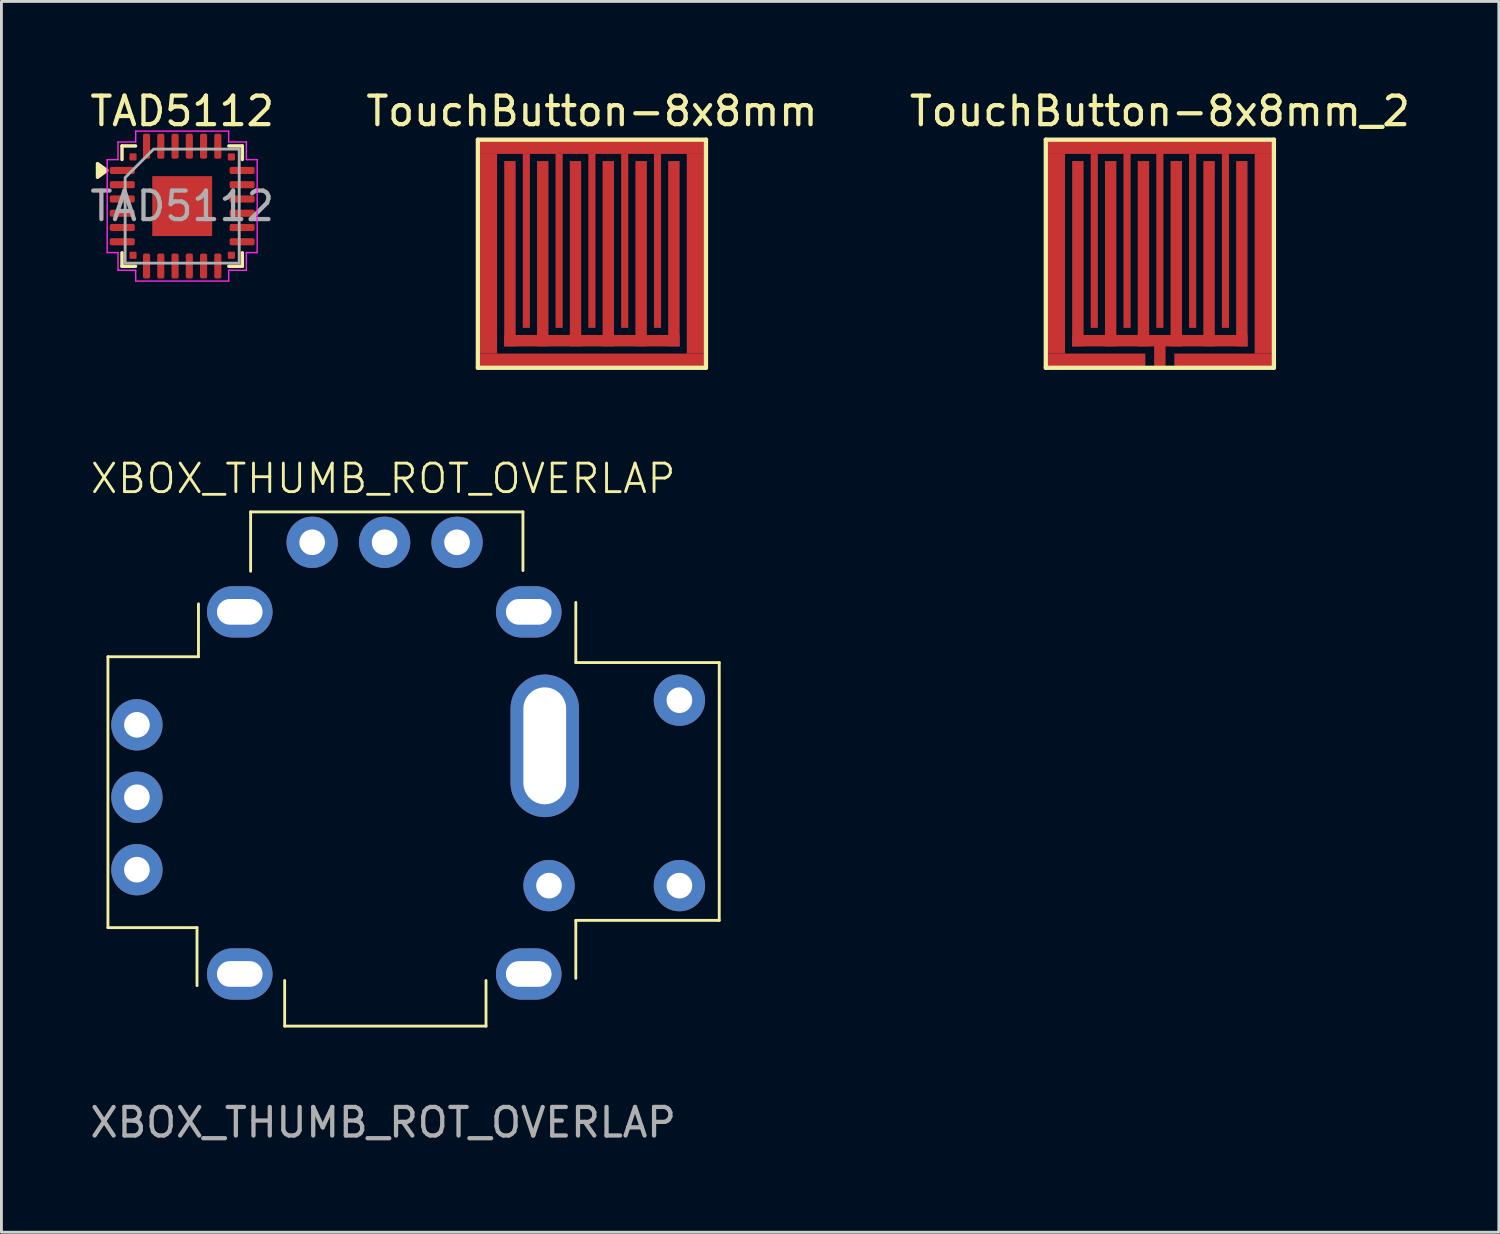
<source format=kicad_pcb>
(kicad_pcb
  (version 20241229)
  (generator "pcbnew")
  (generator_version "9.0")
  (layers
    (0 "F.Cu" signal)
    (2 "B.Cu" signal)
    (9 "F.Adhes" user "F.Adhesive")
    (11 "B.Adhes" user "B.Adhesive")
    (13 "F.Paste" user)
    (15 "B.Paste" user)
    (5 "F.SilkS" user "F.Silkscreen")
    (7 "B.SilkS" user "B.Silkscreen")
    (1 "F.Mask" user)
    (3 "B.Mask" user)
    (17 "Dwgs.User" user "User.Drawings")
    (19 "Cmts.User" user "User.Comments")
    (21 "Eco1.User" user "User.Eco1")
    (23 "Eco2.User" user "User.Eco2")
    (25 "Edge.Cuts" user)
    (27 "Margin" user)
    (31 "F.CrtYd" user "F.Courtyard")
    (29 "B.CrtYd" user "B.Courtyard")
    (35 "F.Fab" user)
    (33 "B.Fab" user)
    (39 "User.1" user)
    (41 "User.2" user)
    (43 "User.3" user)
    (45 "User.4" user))
  (footprint "XBOX_THUMB_ROT_OVERLAP"
    (layer "F.Cu")
    (at 10.387 24.909)
    (property "Reference" "XBOX_THUMB_ROT_OVERLAP" (at 0 -11.176 0) (unlocked yes) (layer "F.SilkS") (effects (font (size 1 1) (thickness 0.1))))
    (attr through_hole)
    (fp_line (start -9.652 -4.928) (end -6.477 -4.928) (stroke (width 0.1) (type default)) (layer "F.SilkS"))
    (fp_line (start -9.652 4.572) (end -9.652 -4.928) (stroke (width 0.1) (type default)) (layer "F.SilkS"))
    (fp_line (start -6.528 4.572) (end -9.652 4.572) (stroke (width 0.1) (type default)) (layer "F.SilkS"))
    (fp_line (start -6.528 6.604) (end -6.528 4.572) (stroke (width 0.1) (type default)) (layer "F.SilkS"))
    (fp_line (start -6.477 -4.928) (end -6.477 -6.782) (stroke (width 0.1) (type default)) (layer "F.SilkS"))
    (fp_line (start -4.648 -10.008) (end 4.902 -10.008) (stroke (width 0.1) (type default)) (layer "F.SilkS"))
    (fp_line (start -4.648 -7.925) (end -4.648 -10.008) (stroke (width 0.1) (type default)) (layer "F.SilkS"))
    (fp_line (start -3.454 8.026) (end -3.454 6.426) (stroke (width 0.1) (type default)) (layer "F.SilkS"))
    (fp_line (start 3.607 6.426) (end 3.607 8.026) (stroke (width 0.1) (type default)) (layer "F.SilkS"))
    (fp_line (start 3.607 8.026) (end -3.454 8.026) (stroke (width 0.1) (type default)) (layer "F.SilkS"))
    (fp_line (start 4.902 -10.008) (end 4.902 -7.95) (stroke (width 0.1) (type default)) (layer "F.SilkS"))
    (fp_line (start 6.756 -6.833) (end 6.756 -4.724) (stroke (width 0.1) (type default)) (layer "F.SilkS"))
    (fp_line (start 6.756 -4.724) (end 11.786 -4.724) (stroke (width 0.1) (type default)) (layer "F.SilkS"))
    (fp_line (start 6.756 4.318) (end 6.756 6.35) (stroke (width 0.1) (type default)) (layer "F.SilkS"))
    (fp_line (start 11.786 -4.724) (end 11.786 4.318) (stroke (width 0.1) (type default)) (layer "F.SilkS"))
    (fp_line (start 11.786 4.318) (end 6.756 4.318) (stroke (width 0.1) (type default)) (layer "F.SilkS"))
    (fp_text user "${REFERENCE}" (at 0 11.406 0) (unlocked yes) (layer "F.Fab") (effects (font (size 1 1) (thickness 0.15))))
    (pad "1" thru_hole circle (at 10.389 -3.404) (size 1.8 1.8) (drill 0.9) (layers "*.Cu" "*.Mask"))
    (pad "2" thru_hole oval (at 5.667 -1.804) (size 2.4 5) (drill oval 1.5 4.1) (layers "*.Cu" "*.Mask"))
    (pad "3" thru_hole circle (at 10.389 3.099) (size 1.8 1.8) (drill 0.9) (layers "*.Cu" "*.Mask"))
    (pad "4" thru_hole circle (at 5.817 3.099) (size 1.8 1.8) (drill 0.9) (layers "*.Cu" "*.Mask"))
    (pad "5" thru_hole circle (at -2.489 -8.941) (size 1.8 1.8) (drill 0.9) (layers "*.Cu" "*.Mask"))
    (pad "6" thru_hole circle (at 0.051 -8.941) (size 1.8 1.8) (drill 0.9) (layers "*.Cu" "*.Mask"))
    (pad "7" thru_hole circle (at 2.591 -8.941) (size 1.8 1.8) (drill 0.9) (layers "*.Cu" "*.Mask"))
    (pad "8" thru_hole circle (at -8.636 2.54) (size 1.8 1.8) (drill 0.9) (layers "*.Cu" "*.Mask"))
    (pad "9" thru_hole circle (at -8.636 0) (size 1.8 1.8) (drill 0.9) (layers "*.Cu" "*.Mask"))
    (pad "10" thru_hole circle (at -8.636 -2.54) (size 1.8 1.8) (drill 0.9) (layers "*.Cu" "*.Mask"))
    (pad "11" thru_hole oval (at -5.029 -6.502) (size 2.3 1.8) (drill oval 1.6 0.9) (layers "*.Cu" "*.Mask"))
    (pad "12" thru_hole oval (at 5.105 -6.502) (size 2.3 1.8) (drill oval 1.6 0.9) (layers "*.Cu" "*.Mask"))
    (pad "13" thru_hole oval (at 5.105 6.198) (size 2.3 1.8) (drill oval 1.6 0.9) (layers "*.Cu" "*.Mask"))
    (pad "14" thru_hole oval (at -5.029 6.198) (size 2.3 1.8) (drill oval 1.6 0.9) (layers "*.Cu" "*.Mask")))
  (footprint "TouchButton-8x8mm_2"
    (layer "F.Cu")
    (at 37.625 5.848)
    (property "Reference" "TouchButton-8x8mm_2" (at 0 -5 0) (layer "F.SilkS") (effects (font (size 1 1) (thickness 0.15))))
    (fp_rect (start -4.064 -4.064) (end 4.064 4.064) (stroke (width 0.12) (type solid)) (fill yes) (layer "F.Mask"))
    (fp_line (start -4 -4) (end 4 -4) (stroke (width 0.15) (type default)) (layer "F.SilkS"))
    (fp_line (start -4 4) (end -4 -4) (stroke (width 0.15) (type default)) (layer "F.SilkS"))
    (fp_line (start 4 -4) (end 4 4) (stroke (width 0.15) (type default)) (layer "F.SilkS"))
    (fp_line (start 4 4) (end -4 4) (stroke (width 0.15) (type default)) (layer "F.SilkS"))
    (pad "1" smd rect (at -3.663 0) (size 0.675 7) (layers "F.Cu"))
    (pad "1" smd rect (at -2.3 -0.45) (size 0.25 6.1) (layers "F.Cu"))
    (pad "1" smd rect (at -2.254 3.75) (size 3.492 0.5) (layers "F.Cu"))
    (pad "1" smd rect (at -1.15 -0.45) (size 0.25 6.1) (layers "F.Cu"))
    (pad "1" smd rect (at 0 -3.75) (size 8 0.5) (layers "F.Cu"))
    (pad "1" smd rect (at 0 -0.45) (size 0.25 6.1) (layers "F.Cu"))
    (pad "1" smd rect (at 1.15 -0.45) (size 0.25 6.1) (layers "F.Cu"))
    (pad "1" smd rect (at 2.254 3.75) (size 3.492 0.5) (layers "F.Cu"))
    (pad "1" smd rect (at 2.3 -0.45) (size 0.25 6.1) (layers "F.Cu"))
    (pad "1" smd rect (at 3.663 0) (size 0.675 7) (layers "F.Cu"))
    (pad "2" smd rect (at -2.875 0) (size 0.4 6.5) (layers "F.Cu"))
    (pad "2" smd rect (at -1.725 0) (size 0.4 6.5) (layers "F.Cu"))
    (pad "2" smd rect (at -0.575 0) (size 0.4 6.5) (layers "F.Cu"))
    (pad "2" smd rect (at 0 3.05) (size 6.15 0.4) (layers "F.Cu"))
    (pad "2" smd rect (at 0 3.455) (size 0.4 1.14) (layers "F.Cu"))
    (pad "2" smd rect (at 0.575 0) (size 0.4 6.5) (layers "F.Cu"))
    (pad "2" smd rect (at 1.725 0) (size 0.4 6.5) (layers "F.Cu"))
    (pad "2" smd rect (at 2.875 0) (size 0.4 6.5) (layers "F.Cu")))
  (footprint "TAD5112"
    (layer "F.Cu")
    (at 3.339 4.178)
    (property "Reference" "TAD5112" (at 0 -3.33 0) (layer "F.SilkS") (effects (font (size 1 1) (thickness 0.15))))
    (attr smd)
    (fp_line (start -2.11 -2.11) (end -1.635 -2.11) (stroke (width 0.12) (type solid)) (layer "F.SilkS"))
    (fp_line (start -2.11 -1.635) (end -2.11 -2.11) (stroke (width 0.12) (type solid)) (layer "F.SilkS"))
    (fp_line (start -2.11 2.11) (end -2.11 1.635) (stroke (width 0.12) (type solid)) (layer "F.SilkS"))
    (fp_line (start -1.635 2.11) (end -2.11 2.11) (stroke (width 0.12) (type solid)) (layer "F.SilkS"))
    (fp_line (start 1.635 -2.11) (end 2.11 -2.11) (stroke (width 0.12) (type solid)) (layer "F.SilkS"))
    (fp_line (start 2.11 -2.11) (end 2.11 -1.635) (stroke (width 0.12) (type solid)) (layer "F.SilkS"))
    (fp_line (start 2.11 1.635) (end 2.11 2.11) (stroke (width 0.12) (type solid)) (layer "F.SilkS"))
    (fp_line (start 2.11 2.11) (end 1.635 2.11) (stroke (width 0.12) (type solid)) (layer "F.SilkS"))
    (fp_poly (pts (xy -2.64 -1.25) (xy -2.97 -1.01) (xy -2.97 -1.49)) (stroke (width 0.12) (type solid)) (fill yes) (layer "F.SilkS"))
    (fp_line (start -2.63 -1.63) (end -2.25 -1.63) (stroke (width 0.05) (type solid)) (layer "F.CrtYd"))
    (fp_line (start -2.63 1.63) (end -2.63 -1.63) (stroke (width 0.05) (type solid)) (layer "F.CrtYd"))
    (fp_line (start -2.25 -2.25) (end -1.63 -2.25) (stroke (width 0.05) (type solid)) (layer "F.CrtYd"))
    (fp_line (start -2.25 -1.63) (end -2.25 -2.25) (stroke (width 0.05) (type solid)) (layer "F.CrtYd"))
    (fp_line (start -2.25 1.63) (end -2.63 1.63) (stroke (width 0.05) (type solid)) (layer "F.CrtYd"))
    (fp_line (start -2.25 2.25) (end -2.25 1.63) (stroke (width 0.05) (type solid)) (layer "F.CrtYd"))
    (fp_line (start -1.63 -2.63) (end 1.63 -2.63) (stroke (width 0.05) (type solid)) (layer "F.CrtYd"))
    (fp_line (start -1.63 -2.25) (end -1.63 -2.63) (stroke (width 0.05) (type solid)) (layer "F.CrtYd"))
    (fp_line (start -1.63 2.25) (end -2.25 2.25) (stroke (width 0.05) (type solid)) (layer "F.CrtYd"))
    (fp_line (start -1.63 2.63) (end -1.63 2.25) (stroke (width 0.05) (type solid)) (layer "F.CrtYd"))
    (fp_line (start 1.63 -2.63) (end 1.63 -2.25) (stroke (width 0.05) (type solid)) (layer "F.CrtYd"))
    (fp_line (start 1.63 -2.25) (end 2.25 -2.25) (stroke (width 0.05) (type solid)) (layer "F.CrtYd"))
    (fp_line (start 1.63 2.25) (end 1.63 2.63) (stroke (width 0.05) (type solid)) (layer "F.CrtYd"))
    (fp_line (start 1.63 2.63) (end -1.63 2.63) (stroke (width 0.05) (type solid)) (layer "F.CrtYd"))
    (fp_line (start 2.25 -2.25) (end 2.25 -1.63) (stroke (width 0.05) (type solid)) (layer "F.CrtYd"))
    (fp_line (start 2.25 -1.63) (end 2.63 -1.63) (stroke (width 0.05) (type solid)) (layer "F.CrtYd"))
    (fp_line (start 2.25 1.63) (end 2.25 2.25) (stroke (width 0.05) (type solid)) (layer "F.CrtYd"))
    (fp_line (start 2.25 2.25) (end 1.63 2.25) (stroke (width 0.05) (type solid)) (layer "F.CrtYd"))
    (fp_line (start 2.63 -1.63) (end 2.63 1.63) (stroke (width 0.05) (type solid)) (layer "F.CrtYd"))
    (fp_line (start 2.63 1.63) (end 2.25 1.63) (stroke (width 0.05) (type solid)) (layer "F.CrtYd"))
    (fp_poly (pts (xy -2 -1) (xy -2 2) (xy 2 2) (xy 2 -2) (xy -1 -2)) (stroke (width 0.1) (type solid)) (fill no) (layer "F.Fab"))
    (fp_text user "${REFERENCE}" (at 0 0 0) (layer "F.Fab") (effects (font (size 1 1) (thickness 0.15))))
    (pad "" smd roundrect (at -0.508 -0.508) (size 0.8 0.8) (layers "F.Paste") (roundrect_rratio 0.248))
    (pad "" smd roundrect (at -0.508 0.508) (size 0.8 0.8) (layers "F.Paste") (roundrect_rratio 0.248))
    (pad "" smd roundrect (at 0.508 -0.508) (size 0.8 0.8) (layers "F.Paste") (roundrect_rratio 0.248))
    (pad "" smd roundrect (at 0.508 0.508) (size 0.8 0.8) (layers "F.Paste") (roundrect_rratio 0.248))
    (pad "1" smd roundrect (at -2.1 -1.25) (size 0.875 0.25) (layers "F.Cu" "F.Mask" "F.Paste") (roundrect_rratio 0.25))
    (pad "2" smd roundrect (at -2.1 -0.75) (size 0.875 0.25) (layers "F.Cu" "F.Mask" "F.Paste") (roundrect_rratio 0.25))
    (pad "3" smd roundrect (at -2.1 -0.25) (size 0.875 0.25) (layers "F.Cu" "F.Mask" "F.Paste") (roundrect_rratio 0.25))
    (pad "4" smd roundrect (at -2.1 0.25) (size 0.875 0.25) (layers "F.Cu" "F.Mask" "F.Paste") (roundrect_rratio 0.25))
    (pad "5" smd roundrect (at -2.1 0.75) (size 0.875 0.25) (layers "F.Cu" "F.Mask" "F.Paste") (roundrect_rratio 0.25))
    (pad "6" smd roundrect (at -2.1 1.25) (size 0.875 0.25) (layers "F.Cu" "F.Mask" "F.Paste") (roundrect_rratio 0.25))
    (pad "7" smd roundrect (at -1.25 2.1) (size 0.25 0.875) (layers "F.Cu" "F.Mask" "F.Paste") (roundrect_rratio 0.25))
    (pad "8" smd roundrect (at -0.75 2.1) (size 0.25 0.875) (layers "F.Cu" "F.Mask" "F.Paste") (roundrect_rratio 0.25))
    (pad "9" smd roundrect (at -0.25 2.1) (size 0.25 0.875) (layers "F.Cu" "F.Mask" "F.Paste") (roundrect_rratio 0.25))
    (pad "10" smd roundrect (at 0.25 2.1) (size 0.25 0.875) (layers "F.Cu" "F.Mask" "F.Paste") (roundrect_rratio 0.25))
    (pad "11" smd roundrect (at 0.75 2.1) (size 0.25 0.875) (layers "F.Cu" "F.Mask" "F.Paste") (roundrect_rratio 0.25))
    (pad "12" smd roundrect (at 1.25 2.1) (size 0.25 0.875) (layers "F.Cu" "F.Mask" "F.Paste") (roundrect_rratio 0.25))
    (pad "13" smd roundrect (at 2.1 1.25) (size 0.875 0.25) (layers "F.Cu" "F.Mask" "F.Paste") (roundrect_rratio 0.25))
    (pad "14" smd roundrect (at 2.1 0.75) (size 0.875 0.25) (layers "F.Cu" "F.Mask" "F.Paste") (roundrect_rratio 0.25))
    (pad "15" smd roundrect (at 2.1 0.25) (size 0.875 0.25) (layers "F.Cu" "F.Mask" "F.Paste") (roundrect_rratio 0.25))
    (pad "16" smd roundrect (at 2.1 -0.25) (size 0.875 0.25) (layers "F.Cu" "F.Mask" "F.Paste") (roundrect_rratio 0.25))
    (pad "17" smd roundrect (at 2.1 -0.75) (size 0.875 0.25) (layers "F.Cu" "F.Mask" "F.Paste") (roundrect_rratio 0.25))
    (pad "18" smd roundrect (at 2.1 -1.25) (size 0.875 0.25) (layers "F.Cu" "F.Mask" "F.Paste") (roundrect_rratio 0.25))
    (pad "19" smd roundrect (at 1.25 -2.1) (size 0.25 0.875) (layers "F.Cu" "F.Mask" "F.Paste") (roundrect_rratio 0.25))
    (pad "20" smd roundrect (at 0.75 -2.1) (size 0.25 0.875) (layers "F.Cu" "F.Mask" "F.Paste") (roundrect_rratio 0.25))
    (pad "21" smd roundrect (at 0.25 -2.1) (size 0.25 0.875) (layers "F.Cu" "F.Mask" "F.Paste") (roundrect_rratio 0.25))
    (pad "22" smd roundrect (at -0.25 -2.1) (size 0.25 0.875) (layers "F.Cu" "F.Mask" "F.Paste") (roundrect_rratio 0.25))
    (pad "23" smd roundrect (at -0.75 -2.1) (size 0.25 0.875) (layers "F.Cu" "F.Mask" "F.Paste") (roundrect_rratio 0.25))
    (pad "24" smd roundrect (at -1.25 -2.1) (size 0.25 0.875) (layers "F.Cu" "F.Mask" "F.Paste") (roundrect_rratio 0.25))
    (pad "A1" smd roundrect (at -1.725 -1.725) (size 0.25 0.25) (layers "F.Cu" "F.Mask" "F.Paste") (roundrect_rratio 0.15))
    (pad "A2" smd roundrect (at -1.725 1.725) (size 0.25 0.25) (layers "F.Cu" "F.Mask" "F.Paste") (roundrect_rratio 0.15))
    (pad "A3" smd roundrect (at 1.725 1.725) (size 0.25 0.25) (layers "F.Cu" "F.Mask" "F.Paste") (roundrect_rratio 0.15))
    (pad "A4" smd roundrect (at 1.725 -1.725) (size 0.25 0.25) (layers "F.Cu" "F.Mask" "F.Paste") (roundrect_rratio 0.15))
    (pad "EP" smd rect (at 0 0) (size 2.1 2.1) (property pad_prop_heatsink) (layers "F.Cu" "F.Mask")))
  (footprint "TouchButton-8x8mm"
    (layer "F.Cu")
    (at 17.708 5.848)
    (property "Reference" "TouchButton-8x8mm" (at 0 -5 0) (layer "F.SilkS") (effects (font (size 1 1) (thickness 0.15))))
    (fp_rect (start -4.064 -4.064) (end 4.064 4.064) (stroke (width 0.12) (type solid)) (fill yes) (layer "F.Mask"))
    (fp_line (start -4 -4) (end 4 -4) (stroke (width 0.15) (type default)) (layer "F.SilkS"))
    (fp_line (start -4 4) (end -4 -4) (stroke (width 0.15) (type default)) (layer "F.SilkS"))
    (fp_line (start 4 -4) (end 4 4) (stroke (width 0.15) (type default)) (layer "F.SilkS"))
    (fp_line (start 4 4) (end -4 4) (stroke (width 0.15) (type default)) (layer "F.SilkS"))
    (pad "1" smd rect (at -3.663 0) (size 0.675 7) (layers "F.Cu"))
    (pad "1" smd rect (at -2.3 -0.45) (size 0.25 6.1) (layers "F.Cu"))
    (pad "1" smd rect (at -1.15 -0.45) (size 0.25 6.1) (layers "F.Cu"))
    (pad "1" smd rect (at 0 -3.75) (size 8 0.5) (layers "F.Cu"))
    (pad "1" smd rect (at 0 -0.45) (size 0.25 6.1) (layers "F.Cu"))
    (pad "1" smd rect (at 0 3.75) (size 8 0.5) (layers "F.Cu"))
    (pad "1" smd rect (at 1.15 -0.45) (size 0.25 6.1) (layers "F.Cu"))
    (pad "1" smd rect (at 2.3 -0.45) (size 0.25 6.1) (layers "F.Cu"))
    (pad "1" smd rect (at 3.663 0) (size 0.675 7) (layers "F.Cu"))
    (pad "2" smd rect (at -2.875 0) (size 0.4 6.5) (layers "F.Cu"))
    (pad "2" smd rect (at -1.725 0) (size 0.4 6.5) (layers "F.Cu"))
    (pad "2" smd rect (at -0.575 0) (size 0.4 6.5) (layers "F.Cu"))
    (pad "2" smd rect (at 0 3.05) (size 6.15 0.4) (layers "F.Cu"))
    (pad "2" smd rect (at 0.575 0) (size 0.4 6.5) (layers "F.Cu"))
    (pad "2" smd rect (at 1.725 0) (size 0.4 6.5) (layers "F.Cu"))
    (pad "2" smd rect (at 2.875 0) (size 0.4 6.5) (layers "F.Cu")))
  (gr_rect
    (start -3 -3)
    (end 49.512 40.163)
    (stroke (width 0.1) (type default))
    (fill no)
    (layer "Edge.Cuts")))
</source>
